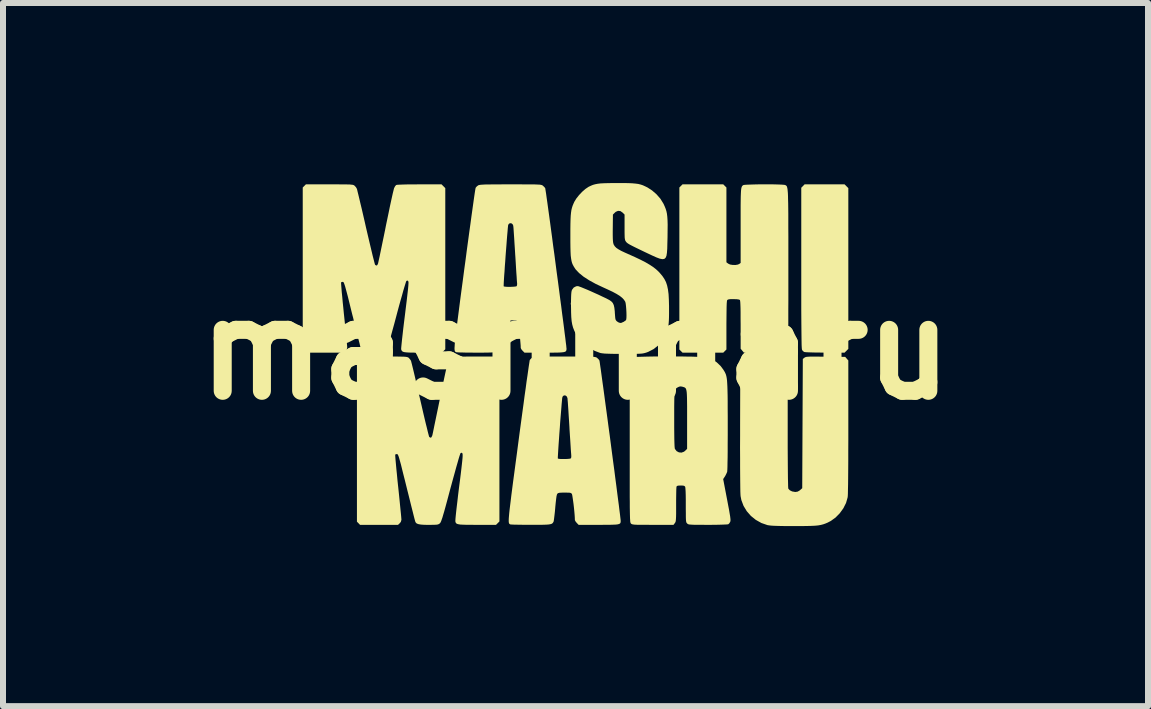
<source format=kicad_pcb>
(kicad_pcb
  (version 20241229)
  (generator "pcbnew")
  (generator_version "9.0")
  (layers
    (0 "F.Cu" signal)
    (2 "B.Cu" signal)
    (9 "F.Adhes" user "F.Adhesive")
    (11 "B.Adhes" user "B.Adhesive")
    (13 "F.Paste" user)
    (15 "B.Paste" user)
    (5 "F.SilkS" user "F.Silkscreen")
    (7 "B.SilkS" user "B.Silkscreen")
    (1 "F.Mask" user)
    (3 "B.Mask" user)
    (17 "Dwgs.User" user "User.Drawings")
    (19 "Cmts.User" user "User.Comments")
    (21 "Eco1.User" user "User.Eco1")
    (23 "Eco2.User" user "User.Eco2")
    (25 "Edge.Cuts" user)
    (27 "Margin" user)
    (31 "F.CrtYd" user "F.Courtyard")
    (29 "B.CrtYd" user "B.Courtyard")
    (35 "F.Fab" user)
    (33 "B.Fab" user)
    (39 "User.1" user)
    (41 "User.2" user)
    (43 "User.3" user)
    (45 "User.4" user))
  (footprint "mashimaru"
    (layer "F.Cu")
    (at 6.539 2.772)
    (property "Reference" "mashimaru" (at 0 0 0) (layer "F.SilkS") (effects (font (size 1.524 1.524) (thickness 0.3))))
    (attr board_only exclude_from_pos_files exclude_from_bom)
    (fp_poly (pts (xy 4.545 -2.688) (xy 4.545 -0.009) (xy 4.482 0.054) (xy 4.156 0.053) (xy 4.058 0.052) (xy 3.974 0.051) (xy 3.905 0.049) (xy 3.853 0.047) (xy 3.82 0.044) (xy 3.807 0.041) (xy 3.785 0.023) (xy 3.773 0.004) (xy 3.771 -0.008) (xy 3.769 -0.033) (xy 3.767 -0.074) (xy 3.766 -0.13) (xy 3.765 -0.202) (xy 3.764 -0.291) (xy 3.763 -0.398) (xy 3.762 -0.522) (xy 3.761 -0.665) (xy 3.761 -0.827) (xy 3.761 -1.009) (xy 3.761 -1.212) (xy 3.761 -1.358) (xy 3.761 -2.694) (xy 3.789 -2.722) (xy 3.817 -2.751) (xy 4.482 -2.751)) (stroke (width 0) (type solid)) (fill yes) (layer "F.SilkS"))
    (fp_poly (pts (xy 3.232 0.119) (xy 3.317 0.12) (xy 3.383 0.121) (xy 3.431 0.124) (xy 3.462 0.127) (xy 3.476 0.131) (xy 3.486 0.135) (xy 3.494 0.139) (xy 3.502 0.144) (xy 3.508 0.152) (xy 3.514 0.163) (xy 3.518 0.18) (xy 3.522 0.202) (xy 3.526 0.232) (xy 3.528 0.27) (xy 3.53 0.319) (xy 3.532 0.379) (xy 3.533 0.451) (xy 3.534 0.537) (xy 3.535 0.638) (xy 3.535 0.755) (xy 3.535 0.889) (xy 3.535 1.042) (xy 3.535 1.216) (xy 3.535 1.252) (xy 3.535 1.455) (xy 3.535 1.637) (xy 3.536 1.798) (xy 3.537 1.937) (xy 3.538 2.055) (xy 3.539 2.151) (xy 3.541 2.226) (xy 3.542 2.279) (xy 3.544 2.311) (xy 3.546 2.321) (xy 3.571 2.347) (xy 3.609 2.366) (xy 3.655 2.374) (xy 3.663 2.375) (xy 3.701 2.369) (xy 3.734 2.35) (xy 3.742 2.343) (xy 3.777 2.312) (xy 3.782 1.236) (xy 3.787 0.159) (xy 3.813 0.138) (xy 3.822 0.132) (xy 3.832 0.128) (xy 3.846 0.124) (xy 3.868 0.122) (xy 3.898 0.12) (xy 3.94 0.119) (xy 3.997 0.119) (xy 4.069 0.12) (xy 4.161 0.12) (xy 4.166 0.12) (xy 4.493 0.124) (xy 4.519 0.154) (xy 4.545 0.184) (xy 4.545 1.293) (xy 4.545 1.506) (xy 4.544 1.697) (xy 4.544 1.866) (xy 4.543 2.015) (xy 4.542 2.142) (xy 4.541 2.248) (xy 4.539 2.334) (xy 4.538 2.399) (xy 4.536 2.443) (xy 4.533 2.466) (xy 4.533 2.467) (xy 4.507 2.558) (xy 4.462 2.647) (xy 4.402 2.73) (xy 4.331 2.802) (xy 4.251 2.859) (xy 4.237 2.866) (xy 4.199 2.886) (xy 4.163 2.901) (xy 4.126 2.914) (xy 4.087 2.924) (xy 4.042 2.932) (xy 3.989 2.937) (xy 3.924 2.94) (xy 3.846 2.942) (xy 3.752 2.943) (xy 3.64 2.943) (xy 3.633 2.943) (xy 3.523 2.943) (xy 3.432 2.942) (xy 3.359 2.94) (xy 3.301 2.938) (xy 3.256 2.935) (xy 3.223 2.931) (xy 3.198 2.927) (xy 3.198 2.927) (xy 3.097 2.892) (xy 3.004 2.84) (xy 2.922 2.774) (xy 2.853 2.695) (xy 2.799 2.606) (xy 2.763 2.51) (xy 2.75 2.444) (xy 2.748 2.416) (xy 2.746 2.367) (xy 2.745 2.297) (xy 2.744 2.206) (xy 2.743 2.094) (xy 2.742 1.961) (xy 2.742 1.808) (xy 2.741 1.636) (xy 2.742 1.443) (xy 2.742 1.264) (xy 2.745 0.17) (xy 2.775 0.144) (xy 2.806 0.118) (xy 3.127 0.118)) (stroke (width 0) (type solid)) (fill yes) (layer "F.SilkS"))
    (fp_poly (pts (xy 3.246 -2.751) (xy 3.317 -2.75) (xy 3.38 -2.748) (xy 3.432 -2.746) (xy 3.471 -2.743) (xy 3.492 -2.74) (xy 3.494 -2.739) (xy 3.501 -2.735) (xy 3.508 -2.731) (xy 3.514 -2.725) (xy 3.52 -2.718) (xy 3.524 -2.706) (xy 3.528 -2.691) (xy 3.532 -2.669) (xy 3.535 -2.64) (xy 3.538 -2.604) (xy 3.54 -2.558) (xy 3.541 -2.502) (xy 3.543 -2.435) (xy 3.544 -2.355) (xy 3.545 -2.262) (xy 3.545 -2.154) (xy 3.545 -2.03) (xy 3.546 -1.889) (xy 3.546 -1.73) (xy 3.546 -1.552) (xy 3.546 -1.354) (xy 3.546 -1.348) (xy 3.546 -1.149) (xy 3.546 -0.971) (xy 3.546 -0.811) (xy 3.545 -0.67) (xy 3.545 -0.546) (xy 3.545 -0.437) (xy 3.544 -0.344) (xy 3.543 -0.264) (xy 3.541 -0.196) (xy 3.54 -0.14) (xy 3.538 -0.094) (xy 3.535 -0.057) (xy 3.532 -0.029) (xy 3.528 -0.007) (xy 3.524 0.009) (xy 3.52 0.021) (xy 3.514 0.028) (xy 3.508 0.034) (xy 3.501 0.038) (xy 3.494 0.042) (xy 3.494 0.042) (xy 3.475 0.046) (xy 3.436 0.049) (xy 3.376 0.051) (xy 3.296 0.053) (xy 3.196 0.054) (xy 3.139 0.054) (xy 2.806 0.054) (xy 2.751 -0.012) (xy 2.751 -0.412) (xy 2.75 -0.524) (xy 2.75 -0.616) (xy 2.749 -0.689) (xy 2.747 -0.744) (xy 2.745 -0.785) (xy 2.742 -0.811) (xy 2.739 -0.824) (xy 2.738 -0.825) (xy 2.719 -0.832) (xy 2.683 -0.837) (xy 2.631 -0.838) (xy 2.584 -0.838) (xy 2.555 -0.835) (xy 2.538 -0.83) (xy 2.528 -0.822) (xy 2.525 -0.817) (xy 2.522 -0.8) (xy 2.519 -0.763) (xy 2.517 -0.706) (xy 2.516 -0.63) (xy 2.515 -0.536) (xy 2.514 -0.425) (xy 2.514 -0.398) (xy 2.514 0.001) (xy 2.461 0.054) (xy 1.783 0.054) (xy 1.73 0.001) (xy 1.73 -2.698) (xy 1.783 -2.751) (xy 2.461 -2.751) (xy 2.514 -2.698) (xy 2.514 -1.452) (xy 2.543 -1.43) (xy 2.574 -1.415) (xy 2.617 -1.408) (xy 2.664 -1.407) (xy 2.705 -1.414) (xy 2.727 -1.424) (xy 2.751 -1.441) (xy 2.751 -2.059) (xy 2.751 -2.193) (xy 2.751 -2.307) (xy 2.751 -2.403) (xy 2.752 -2.482) (xy 2.753 -2.547) (xy 2.755 -2.599) (xy 2.757 -2.639) (xy 2.76 -2.67) (xy 2.764 -2.692) (xy 2.769 -2.708) (xy 2.775 -2.72) (xy 2.782 -2.728) (xy 2.791 -2.736) (xy 2.793 -2.737) (xy 2.808 -2.741) (xy 2.842 -2.744) (xy 2.89 -2.746) (xy 2.951 -2.748) (xy 3.02 -2.75) (xy 3.094 -2.751) (xy 3.17 -2.751)) (stroke (width 0) (type solid)) (fill yes) (layer "F.SilkS"))
    (fp_poly (pts (xy -3.999 -2.751) (xy -3.916 -2.75) (xy -3.85 -2.75) (xy -3.799 -2.749) (xy -3.761 -2.748) (xy -3.733 -2.745) (xy -3.713 -2.743) (xy -3.7 -2.739) (xy -3.69 -2.735) (xy -3.683 -2.729) (xy -3.659 -2.704) (xy -3.644 -2.678) (xy -3.639 -2.663) (xy -3.631 -2.628) (xy -3.618 -2.576) (xy -3.602 -2.509) (xy -3.583 -2.429) (xy -3.561 -2.338) (xy -3.538 -2.238) (xy -3.513 -2.13) (xy -3.492 -2.036) (xy -3.466 -1.925) (xy -3.441 -1.819) (xy -3.418 -1.722) (xy -3.397 -1.634) (xy -3.379 -1.558) (xy -3.363 -1.496) (xy -3.351 -1.449) (xy -3.343 -1.42) (xy -3.34 -1.411) (xy -3.32 -1.397) (xy -3.303 -1.405) (xy -3.29 -1.432) (xy -3.289 -1.437) (xy -3.285 -1.455) (xy -3.277 -1.492) (xy -3.265 -1.546) (xy -3.251 -1.614) (xy -3.234 -1.696) (xy -3.215 -1.788) (xy -3.194 -1.889) (xy -3.172 -1.996) (xy -3.159 -2.063) (xy -3.136 -2.173) (xy -3.114 -2.278) (xy -3.094 -2.376) (xy -3.075 -2.464) (xy -3.058 -2.541) (xy -3.044 -2.604) (xy -3.032 -2.652) (xy -3.025 -2.681) (xy -3.022 -2.689) (xy -3.007 -2.718) (xy -2.99 -2.738) (xy -2.986 -2.74) (xy -2.971 -2.743) (xy -2.936 -2.745) (xy -2.885 -2.747) (xy -2.82 -2.749) (xy -2.743 -2.75) (xy -2.656 -2.75) (xy -2.6 -2.751) (xy -2.233 -2.751) (xy -2.17 -2.688) (xy -2.17 -0.003) (xy -2.227 0.054) (xy -2.54 0.054) (xy -2.636 0.054) (xy -2.713 0.053) (xy -2.773 0.052) (xy -2.818 0.049) (xy -2.851 0.045) (xy -2.873 0.039) (xy -2.888 0.03) (xy -2.897 0.019) (xy -2.903 0.005) (xy -2.905 -0.003) (xy -2.905 -0.018) (xy -2.902 -0.053) (xy -2.897 -0.104) (xy -2.89 -0.171) (xy -2.881 -0.25) (xy -2.871 -0.34) (xy -2.859 -0.439) (xy -2.846 -0.544) (xy -2.842 -0.575) (xy -2.827 -0.699) (xy -2.814 -0.803) (xy -2.804 -0.89) (xy -2.796 -0.96) (xy -2.79 -1.015) (xy -2.786 -1.058) (xy -2.784 -1.09) (xy -2.783 -1.112) (xy -2.784 -1.127) (xy -2.787 -1.135) (xy -2.789 -1.139) (xy -2.803 -1.149) (xy -2.816 -1.142) (xy -2.819 -1.139) (xy -2.825 -1.125) (xy -2.835 -1.093) (xy -2.85 -1.045) (xy -2.869 -0.981) (xy -2.89 -0.904) (xy -2.915 -0.817) (xy -2.942 -0.72) (xy -2.97 -0.616) (xy -2.985 -0.559) (xy -3.018 -0.435) (xy -3.047 -0.33) (xy -3.071 -0.242) (xy -3.091 -0.17) (xy -3.107 -0.113) (xy -3.121 -0.068) (xy -3.132 -0.033) (xy -3.142 -0.008) (xy -3.15 0.009) (xy -3.157 0.021) (xy -3.163 0.029) (xy -3.164 0.03) (xy -3.177 0.039) (xy -3.19 0.046) (xy -3.21 0.05) (xy -3.238 0.052) (xy -3.28 0.053) (xy -3.339 0.054) (xy -3.348 0.054) (xy -3.423 0.053) (xy -3.479 0.049) (xy -3.519 0.043) (xy -3.546 0.032) (xy -3.564 0.017) (xy -3.574 -0.003) (xy -3.578 -0.017) (xy -3.587 -0.051) (xy -3.599 -0.102) (xy -3.616 -0.167) (xy -3.635 -0.245) (xy -3.658 -0.333) (xy -3.682 -0.43) (xy -3.707 -0.534) (xy -3.718 -0.575) (xy -3.748 -0.696) (xy -3.773 -0.798) (xy -3.794 -0.883) (xy -3.812 -0.951) (xy -3.827 -1.006) (xy -3.838 -1.047) (xy -3.848 -1.078) (xy -3.856 -1.1) (xy -3.862 -1.114) (xy -3.868 -1.122) (xy -3.874 -1.125) (xy -3.877 -1.126) (xy -3.898 -1.123) (xy -3.906 -1.115) (xy -3.906 -1.101) (xy -3.904 -1.069) (xy -3.9 -1.019) (xy -3.895 -0.954) (xy -3.887 -0.877) (xy -3.879 -0.788) (xy -3.869 -0.691) (xy -3.859 -0.588) (xy -3.858 -0.58) (xy -3.847 -0.476) (xy -3.837 -0.377) (xy -3.828 -0.287) (xy -3.82 -0.206) (xy -3.813 -0.138) (xy -3.808 -0.085) (xy -3.805 -0.048) (xy -3.804 -0.03) (xy -3.804 -0.03) (xy -3.814 0.005) (xy -3.832 0.027) (xy -3.86 0.054) (xy -4.492 0.054) (xy -4.519 0.027) (xy -4.545 0.001) (xy -4.545 -2.698) (xy -4.519 -2.724) (xy -4.492 -2.751) (xy -4.101 -2.751)) (stroke (width 0) (type solid)) (fill yes) (layer "F.SilkS"))
    (fp_poly (pts (xy -3.096 0.118) (xy -3.013 0.118) (xy -2.947 0.119) (xy -2.896 0.12) (xy -2.858 0.121) (xy -2.83 0.123) (xy -2.811 0.126) (xy -2.797 0.13) (xy -2.788 0.134) (xy -2.78 0.139) (xy -2.757 0.165) (xy -2.741 0.19) (xy -2.737 0.206) (xy -2.728 0.241) (xy -2.715 0.293) (xy -2.699 0.359) (xy -2.68 0.439) (xy -2.659 0.531) (xy -2.635 0.631) (xy -2.611 0.739) (xy -2.589 0.832) (xy -2.563 0.944) (xy -2.539 1.049) (xy -2.516 1.147) (xy -2.495 1.235) (xy -2.476 1.31) (xy -2.461 1.373) (xy -2.449 1.419) (xy -2.441 1.449) (xy -2.437 1.458) (xy -2.418 1.471) (xy -2.401 1.464) (xy -2.388 1.436) (xy -2.386 1.432) (xy -2.382 1.414) (xy -2.374 1.377) (xy -2.363 1.323) (xy -2.349 1.254) (xy -2.332 1.173) (xy -2.313 1.081) (xy -2.292 0.98) (xy -2.27 0.872) (xy -2.256 0.806) (xy -2.234 0.695) (xy -2.212 0.59) (xy -2.191 0.493) (xy -2.172 0.404) (xy -2.155 0.328) (xy -2.141 0.265) (xy -2.13 0.217) (xy -2.122 0.188) (xy -2.12 0.179) (xy -2.104 0.151) (xy -2.087 0.131) (xy -2.083 0.128) (xy -2.068 0.126) (xy -2.034 0.124) (xy -1.983 0.122) (xy -1.917 0.12) (xy -1.84 0.119) (xy -1.753 0.118) (xy -1.698 0.118) (xy -1.331 0.118) (xy -1.268 0.181) (xy -1.268 2.866) (xy -1.296 2.894) (xy -1.325 2.923) (xy -1.638 2.923) (xy -1.734 2.922) (xy -1.811 2.922) (xy -1.87 2.92) (xy -1.916 2.918) (xy -1.948 2.913) (xy -1.971 2.907) (xy -1.986 2.899) (xy -1.995 2.888) (xy -2 2.874) (xy -2.002 2.866) (xy -2.002 2.85) (xy -2 2.816) (xy -1.995 2.764) (xy -1.988 2.698) (xy -1.979 2.619) (xy -1.968 2.528) (xy -1.957 2.43) (xy -1.944 2.324) (xy -1.94 2.293) (xy -1.924 2.17) (xy -1.911 2.065) (xy -1.901 1.979) (xy -1.893 1.909) (xy -1.887 1.853) (xy -1.883 1.811) (xy -1.881 1.779) (xy -1.881 1.757) (xy -1.882 1.742) (xy -1.884 1.733) (xy -1.886 1.73) (xy -1.901 1.72) (xy -1.914 1.727) (xy -1.917 1.73) (xy -1.922 1.743) (xy -1.933 1.775) (xy -1.948 1.824) (xy -1.966 1.888) (xy -1.988 1.964) (xy -2.012 2.052) (xy -2.039 2.149) (xy -2.067 2.252) (xy -2.083 2.31) (xy -2.116 2.434) (xy -2.144 2.539) (xy -2.168 2.627) (xy -2.188 2.699) (xy -2.205 2.756) (xy -2.218 2.801) (xy -2.23 2.835) (xy -2.239 2.861) (xy -2.247 2.878) (xy -2.254 2.89) (xy -2.261 2.898) (xy -2.262 2.898) (xy -2.274 2.908) (xy -2.288 2.914) (xy -2.307 2.919) (xy -2.336 2.921) (xy -2.378 2.922) (xy -2.436 2.923) (xy -2.446 2.923) (xy -2.52 2.922) (xy -2.576 2.918) (xy -2.616 2.911) (xy -2.644 2.901) (xy -2.661 2.886) (xy -2.671 2.866) (xy -2.675 2.851) (xy -2.684 2.818) (xy -2.697 2.767) (xy -2.713 2.702) (xy -2.733 2.624) (xy -2.755 2.535) (xy -2.779 2.438) (xy -2.805 2.335) (xy -2.815 2.294) (xy -2.845 2.173) (xy -2.871 2.071) (xy -2.892 1.986) (xy -2.909 1.917) (xy -2.924 1.863) (xy -2.936 1.821) (xy -2.945 1.79) (xy -2.953 1.769) (xy -2.96 1.755) (xy -2.966 1.747) (xy -2.971 1.743) (xy -2.974 1.743) (xy -2.995 1.746) (xy -3.004 1.754) (xy -3.004 1.768) (xy -3.002 1.8) (xy -2.998 1.85) (xy -2.992 1.915) (xy -2.985 1.992) (xy -2.976 2.08) (xy -2.967 2.177) (xy -2.956 2.281) (xy -2.955 2.288) (xy -2.944 2.393) (xy -2.934 2.491) (xy -2.925 2.582) (xy -2.917 2.663) (xy -2.91 2.731) (xy -2.905 2.784) (xy -2.902 2.821) (xy -2.901 2.838) (xy -2.901 2.839) (xy -2.911 2.874) (xy -2.929 2.896) (xy -2.958 2.923) (xy -3.59 2.923) (xy -3.616 2.896) (xy -3.642 2.87) (xy -3.642 0.171) (xy -3.59 0.118) (xy -3.198 0.118)) (stroke (width 0) (type solid)) (fill yes) (layer "F.SilkS"))
    (fp_poly (pts (xy 1.662 0.117) (xy 1.762 0.117) (xy 1.857 0.119) (xy 1.944 0.12) (xy 2.022 0.123) (xy 2.088 0.125) (xy 2.14 0.129) (xy 2.175 0.132) (xy 2.185 0.134) (xy 2.275 0.167) (xy 2.352 0.214) (xy 2.418 0.277) (xy 2.462 0.336) (xy 2.475 0.357) (xy 2.487 0.377) (xy 2.497 0.398) (xy 2.506 0.42) (xy 2.513 0.446) (xy 2.519 0.477) (xy 2.524 0.516) (xy 2.527 0.562) (xy 2.53 0.619) (xy 2.532 0.687) (xy 2.534 0.769) (xy 2.535 0.865) (xy 2.535 0.978) (xy 2.536 1.109) (xy 2.536 1.26) (xy 2.536 1.274) (xy 2.536 1.432) (xy 2.535 1.574) (xy 2.535 1.698) (xy 2.534 1.804) (xy 2.532 1.892) (xy 2.531 1.96) (xy 2.529 2.008) (xy 2.527 2.035) (xy 2.526 2.041) (xy 2.512 2.073) (xy 2.493 2.11) (xy 2.487 2.119) (xy 2.46 2.16) (xy 2.525 2.5) (xy 2.543 2.596) (xy 2.558 2.674) (xy 2.568 2.734) (xy 2.576 2.781) (xy 2.58 2.815) (xy 2.582 2.84) (xy 2.581 2.857) (xy 2.578 2.869) (xy 2.578 2.871) (xy 2.562 2.897) (xy 2.546 2.912) (xy 2.53 2.915) (xy 2.495 2.917) (xy 2.444 2.919) (xy 2.378 2.921) (xy 2.301 2.922) (xy 2.214 2.923) (xy 2.205 2.923) (xy 2.114 2.922) (xy 2.041 2.922) (xy 1.985 2.922) (xy 1.943 2.92) (xy 1.913 2.918) (xy 1.892 2.916) (xy 1.878 2.912) (xy 1.869 2.907) (xy 1.861 2.901) (xy 1.861 2.901) (xy 1.854 2.893) (xy 1.848 2.885) (xy 1.844 2.872) (xy 1.841 2.853) (xy 1.839 2.825) (xy 1.838 2.785) (xy 1.838 2.73) (xy 1.837 2.659) (xy 1.837 2.594) (xy 1.837 2.502) (xy 1.836 2.425) (xy 1.834 2.363) (xy 1.831 2.318) (xy 1.828 2.292) (xy 1.826 2.288) (xy 1.816 2.276) (xy 1.796 2.269) (xy 1.763 2.267) (xy 1.752 2.267) (xy 1.713 2.269) (xy 1.692 2.274) (xy 1.683 2.284) (xy 1.681 2.299) (xy 1.679 2.332) (xy 1.678 2.381) (xy 1.677 2.443) (xy 1.676 2.513) (xy 1.676 2.583) (xy 1.676 2.669) (xy 1.676 2.736) (xy 1.675 2.786) (xy 1.673 2.823) (xy 1.671 2.849) (xy 1.668 2.867) (xy 1.663 2.88) (xy 1.657 2.89) (xy 1.654 2.894) (xy 1.632 2.923) (xy 1.289 2.923) (xy 1.194 2.922) (xy 1.118 2.922) (xy 1.059 2.922) (xy 1.014 2.921) (xy 0.981 2.919) (xy 0.959 2.916) (xy 0.944 2.913) (xy 0.934 2.909) (xy 0.926 2.903) (xy 0.924 2.901) (xy 0.921 2.898) (xy 0.918 2.893) (xy 0.916 2.887) (xy 0.913 2.877) (xy 0.911 2.863) (xy 0.91 2.843) (xy 0.908 2.817) (xy 0.907 2.783) (xy 0.906 2.74) (xy 0.905 2.687) (xy 0.904 2.623) (xy 0.904 2.547) (xy 0.903 2.458) (xy 0.903 2.354) (xy 0.903 2.234) (xy 0.903 2.098) (xy 0.903 1.945) (xy 0.903 1.772) (xy 0.903 1.579) (xy 0.903 1.516) (xy 0.903 1.171) (xy 1.644 1.171) (xy 1.644 1.3) (xy 1.645 1.408) (xy 1.646 1.496) (xy 1.648 1.564) (xy 1.65 1.614) (xy 1.653 1.645) (xy 1.656 1.658) (xy 1.685 1.695) (xy 1.723 1.715) (xy 1.766 1.719) (xy 1.807 1.704) (xy 1.827 1.688) (xy 1.859 1.656) (xy 1.859 1.169) (xy 1.859 1.049) (xy 1.859 0.949) (xy 1.858 0.867) (xy 1.857 0.801) (xy 1.855 0.749) (xy 1.852 0.709) (xy 1.847 0.68) (xy 1.841 0.659) (xy 1.833 0.645) (xy 1.822 0.636) (xy 1.81 0.63) (xy 1.794 0.625) (xy 1.785 0.622) (xy 1.753 0.616) (xy 1.727 0.62) (xy 1.71 0.628) (xy 1.695 0.636) (xy 1.682 0.644) (xy 1.672 0.655) (xy 1.663 0.671) (xy 1.657 0.692) (xy 1.652 0.722) (xy 1.649 0.761) (xy 1.646 0.813) (xy 1.645 0.878) (xy 1.644 0.959) (xy 1.644 1.058) (xy 1.644 1.171) (xy 0.903 1.171) (xy 0.903 0.152) (xy 0.926 0.135) (xy 0.943 0.131) (xy 0.978 0.127) (xy 1.03 0.124) (xy 1.097 0.122) (xy 1.175 0.12) (xy 1.263 0.118) (xy 1.358 0.117) (xy 1.458 0.116) (xy 1.56 0.116)) (stroke (width 0) (type solid)) (fill yes) (layer "F.SilkS"))
    (fp_poly (pts (xy -0.964 -2.751) (xy -0.866 -2.75) (xy -0.786 -2.75) (xy -0.721 -2.75) (xy -0.67 -2.749) (xy -0.631 -2.747) (xy -0.602 -2.746) (xy -0.581 -2.743) (xy -0.567 -2.74) (xy -0.556 -2.736) (xy -0.549 -2.732) (xy -0.544 -2.728) (xy -0.521 -2.707) (xy -0.505 -2.687) (xy -0.503 -2.674) (xy -0.498 -2.642) (xy -0.49 -2.592) (xy -0.481 -2.525) (xy -0.469 -2.442) (xy -0.456 -2.347) (xy -0.441 -2.239) (xy -0.425 -2.122) (xy -0.408 -1.995) (xy -0.39 -1.862) (xy -0.372 -1.722) (xy -0.352 -1.579) (xy -0.333 -1.433) (xy -0.314 -1.287) (xy -0.294 -1.141) (xy -0.275 -0.997) (xy -0.257 -0.857) (xy -0.239 -0.723) (xy -0.223 -0.595) (xy -0.207 -0.476) (xy -0.193 -0.367) (xy -0.181 -0.27) (xy -0.17 -0.186) (xy -0.162 -0.117) (xy -0.155 -0.064) (xy -0.152 -0.029) (xy -0.15 -0.015) (xy -0.151 0.004) (xy -0.154 0.018) (xy -0.161 0.03) (xy -0.175 0.039) (xy -0.197 0.045) (xy -0.231 0.049) (xy -0.277 0.052) (xy -0.338 0.053) (xy -0.417 0.054) (xy -0.515 0.054) (xy -0.85 0.054) (xy -0.882 0.022) (xy -0.902 -0.002) (xy -0.913 -0.024) (xy -0.913 -0.029) (xy -0.914 -0.064) (xy -0.918 -0.112) (xy -0.923 -0.169) (xy -0.929 -0.23) (xy -0.936 -0.291) (xy -0.943 -0.349) (xy -0.95 -0.398) (xy -0.957 -0.436) (xy -0.962 -0.457) (xy -0.963 -0.459) (xy -0.972 -0.47) (xy -0.984 -0.478) (xy -1.003 -0.481) (xy -1.036 -0.483) (xy -1.084 -0.484) (xy -1.135 -0.483) (xy -1.169 -0.48) (xy -1.19 -0.476) (xy -1.203 -0.468) (xy -1.206 -0.465) (xy -1.212 -0.45) (xy -1.219 -0.422) (xy -1.226 -0.378) (xy -1.233 -0.316) (xy -1.24 -0.235) (xy -1.241 -0.231) (xy -1.247 -0.164) (xy -1.253 -0.104) (xy -1.259 -0.054) (xy -1.265 -0.018) (xy -1.269 0.001) (xy -1.269 0.002) (xy -1.277 0.016) (xy -1.287 0.027) (xy -1.3 0.036) (xy -1.319 0.043) (xy -1.347 0.047) (xy -1.385 0.05) (xy -1.436 0.052) (xy -1.502 0.053) (xy -1.586 0.054) (xy -1.654 0.054) (xy -1.736 0.053) (xy -1.812 0.053) (xy -1.878 0.051) (xy -1.931 0.05) (xy -1.97 0.048) (xy -1.99 0.046) (xy -1.993 0.045) (xy -1.999 0.041) (xy -2.004 0.037) (xy -2.008 0.031) (xy -2.012 0.023) (xy -2.014 0.012) (xy -2.016 -0.005) (xy -2.016 -0.026) (xy -2.014 -0.055) (xy -2.012 -0.092) (xy -2.007 -0.138) (xy -2.001 -0.194) (xy -1.994 -0.261) (xy -1.984 -0.341) (xy -1.972 -0.434) (xy -1.958 -0.542) (xy -1.942 -0.666) (xy -1.924 -0.806) (xy -1.903 -0.965) (xy -1.891 -1.054) (xy -1.198 -1.054) (xy -1.197 -1.052) (xy -1.184 -1.047) (xy -1.155 -1.044) (xy -1.116 -1.042) (xy -1.074 -1.043) (xy -1.034 -1.045) (xy -1.001 -1.048) (xy -0.982 -1.053) (xy -0.981 -1.054) (xy -0.974 -1.073) (xy -0.973 -1.1) (xy -0.975 -1.118) (xy -0.978 -1.154) (xy -0.981 -1.208) (xy -0.986 -1.275) (xy -0.991 -1.354) (xy -0.996 -1.442) (xy -1.002 -1.537) (xy -1.005 -1.579) (xy -1.011 -1.677) (xy -1.017 -1.768) (xy -1.022 -1.851) (xy -1.027 -1.924) (xy -1.031 -1.984) (xy -1.034 -2.028) (xy -1.037 -2.054) (xy -1.037 -2.06) (xy -1.049 -2.087) (xy -1.07 -2.102) (xy -1.094 -2.103) (xy -1.114 -2.089) (xy -1.123 -2.07) (xy -1.125 -2.051) (xy -1.129 -2.015) (xy -1.133 -1.963) (xy -1.139 -1.898) (xy -1.145 -1.823) (xy -1.151 -1.741) (xy -1.158 -1.653) (xy -1.165 -1.562) (xy -1.171 -1.472) (xy -1.178 -1.384) (xy -1.183 -1.301) (xy -1.189 -1.226) (xy -1.193 -1.161) (xy -1.196 -1.109) (xy -1.197 -1.072) (xy -1.198 -1.054) (xy -1.891 -1.054) (xy -1.879 -1.143) (xy -1.854 -1.334) (xy -1.831 -1.501) (xy -1.81 -1.663) (xy -1.789 -1.817) (xy -1.769 -1.964) (xy -1.75 -2.1) (xy -1.733 -2.226) (xy -1.717 -2.34) (xy -1.703 -2.44) (xy -1.691 -2.525) (xy -1.681 -2.594) (xy -1.673 -2.646) (xy -1.667 -2.679) (xy -1.665 -2.692) (xy -1.647 -2.714) (xy -1.623 -2.733) (xy -1.614 -2.737) (xy -1.602 -2.74) (xy -1.584 -2.743) (xy -1.559 -2.745) (xy -1.525 -2.747) (xy -1.481 -2.749) (xy -1.423 -2.749) (xy -1.35 -2.75) (xy -1.261 -2.75) (xy -1.154 -2.751) (xy -1.082 -2.751)) (stroke (width 0) (type solid)) (fill yes) (layer "F.SilkS"))
    (fp_poly (pts (xy -0.062 0.118) (xy 0.036 0.118) (xy 0.117 0.119) (xy 0.182 0.119) (xy 0.233 0.12) (xy 0.272 0.121) (xy 0.301 0.123) (xy 0.321 0.126) (xy 0.336 0.129) (xy 0.346 0.132) (xy 0.354 0.137) (xy 0.359 0.141) (xy 0.382 0.162) (xy 0.397 0.182) (xy 0.4 0.194) (xy 0.405 0.227) (xy 0.412 0.277) (xy 0.422 0.344) (xy 0.433 0.426) (xy 0.446 0.522) (xy 0.461 0.629) (xy 0.477 0.747) (xy 0.494 0.874) (xy 0.512 1.007) (xy 0.531 1.147) (xy 0.55 1.29) (xy 0.57 1.436) (xy 0.589 1.582) (xy 0.608 1.728) (xy 0.627 1.872) (xy 0.646 2.012) (xy 0.663 2.146) (xy 0.68 2.274) (xy 0.695 2.393) (xy 0.709 2.502) (xy 0.722 2.599) (xy 0.732 2.683) (xy 0.741 2.752) (xy 0.747 2.805) (xy 0.751 2.839) (xy 0.752 2.854) (xy 0.752 2.872) (xy 0.749 2.887) (xy 0.742 2.899) (xy 0.728 2.907) (xy 0.705 2.914) (xy 0.672 2.918) (xy 0.625 2.92) (xy 0.564 2.922) (xy 0.486 2.922) (xy 0.388 2.923) (xy 0.052 2.923) (xy 0.021 2.891) (xy 0.001 2.867) (xy -0.01 2.845) (xy -0.011 2.84) (xy -0.012 2.805) (xy -0.015 2.757) (xy -0.02 2.7) (xy -0.026 2.639) (xy -0.033 2.578) (xy -0.041 2.52) (xy -0.048 2.471) (xy -0.054 2.433) (xy -0.059 2.412) (xy -0.06 2.409) (xy -0.069 2.398) (xy -0.081 2.391) (xy -0.101 2.387) (xy -0.133 2.386) (xy -0.181 2.385) (xy -0.232 2.386) (xy -0.266 2.388) (xy -0.287 2.393) (xy -0.3 2.401) (xy -0.303 2.404) (xy -0.31 2.418) (xy -0.317 2.447) (xy -0.323 2.491) (xy -0.33 2.552) (xy -0.338 2.634) (xy -0.338 2.638) (xy -0.344 2.704) (xy -0.351 2.765) (xy -0.357 2.815) (xy -0.362 2.851) (xy -0.366 2.87) (xy -0.367 2.871) (xy -0.375 2.885) (xy -0.384 2.896) (xy -0.397 2.905) (xy -0.417 2.911) (xy -0.444 2.916) (xy -0.482 2.919) (xy -0.533 2.921) (xy -0.6 2.922) (xy -0.684 2.922) (xy -0.752 2.922) (xy -0.834 2.922) (xy -0.909 2.921) (xy -0.975 2.92) (xy -1.028 2.919) (xy -1.067 2.917) (xy -1.088 2.915) (xy -1.091 2.914) (xy -1.096 2.91) (xy -1.102 2.906) (xy -1.106 2.9) (xy -1.109 2.892) (xy -1.112 2.88) (xy -1.113 2.864) (xy -1.113 2.842) (xy -1.112 2.814) (xy -1.109 2.777) (xy -1.105 2.731) (xy -1.099 2.675) (xy -1.091 2.608) (xy -1.081 2.528) (xy -1.07 2.435) (xy -1.056 2.327) (xy -1.04 2.203) (xy -1.021 2.062) (xy -1 1.904) (xy -0.988 1.815) (xy -0.295 1.815) (xy -0.295 1.817) (xy -0.282 1.822) (xy -0.253 1.825) (xy -0.214 1.826) (xy -0.171 1.826) (xy -0.131 1.824) (xy -0.099 1.821) (xy -0.08 1.816) (xy -0.078 1.815) (xy -0.071 1.796) (xy -0.071 1.769) (xy -0.072 1.751) (xy -0.075 1.714) (xy -0.079 1.661) (xy -0.083 1.594) (xy -0.088 1.515) (xy -0.094 1.426) (xy -0.1 1.331) (xy -0.102 1.289) (xy -0.108 1.192) (xy -0.114 1.101) (xy -0.119 1.018) (xy -0.124 0.945) (xy -0.128 0.885) (xy -0.132 0.841) (xy -0.134 0.814) (xy -0.135 0.809) (xy -0.147 0.782) (xy -0.168 0.767) (xy -0.192 0.766) (xy -0.211 0.779) (xy -0.22 0.799) (xy -0.223 0.817) (xy -0.226 0.854) (xy -0.231 0.906) (xy -0.236 0.97) (xy -0.242 1.045) (xy -0.249 1.128) (xy -0.256 1.216) (xy -0.262 1.307) (xy -0.269 1.397) (xy -0.275 1.485) (xy -0.281 1.568) (xy -0.286 1.643) (xy -0.29 1.708) (xy -0.293 1.76) (xy -0.295 1.796) (xy -0.295 1.815) (xy -0.988 1.815) (xy -0.976 1.726) (xy -0.951 1.535) (xy -0.929 1.368) (xy -0.907 1.206) (xy -0.886 1.051) (xy -0.866 0.905) (xy -0.848 0.768) (xy -0.83 0.643) (xy -0.815 0.529) (xy -0.8 0.429) (xy -0.788 0.344) (xy -0.778 0.274) (xy -0.77 0.223) (xy -0.765 0.189) (xy -0.762 0.176) (xy -0.744 0.155) (xy -0.72 0.136) (xy -0.711 0.132) (xy -0.699 0.128) (xy -0.681 0.126) (xy -0.657 0.123) (xy -0.623 0.122) (xy -0.578 0.12) (xy -0.52 0.119) (xy -0.448 0.119) (xy -0.359 0.118) (xy -0.251 0.118) (xy -0.18 0.118)) (stroke (width 0) (type solid)) (fill yes) (layer "F.SilkS"))
    (fp_poly (pts (xy 0.798 -2.772) (xy 0.88 -2.771) (xy 0.946 -2.768) (xy 1.001 -2.763) (xy 1.046 -2.757) (xy 1.086 -2.747) (xy 1.122 -2.735) (xy 1.159 -2.718) (xy 1.198 -2.699) (xy 1.275 -2.649) (xy 1.349 -2.585) (xy 1.413 -2.512) (xy 1.461 -2.435) (xy 1.465 -2.428) (xy 1.485 -2.385) (xy 1.501 -2.345) (xy 1.514 -2.304) (xy 1.523 -2.261) (xy 1.529 -2.211) (xy 1.533 -2.151) (xy 1.535 -2.08) (xy 1.534 -1.993) (xy 1.533 -1.888) (xy 1.533 -1.875) (xy 1.53 -1.767) (xy 1.528 -1.679) (xy 1.523 -1.611) (xy 1.515 -1.56) (xy 1.5 -1.526) (xy 1.478 -1.508) (xy 1.446 -1.504) (xy 1.402 -1.513) (xy 1.346 -1.534) (xy 1.275 -1.566) (xy 1.186 -1.608) (xy 1.148 -1.626) (xy 1.063 -1.667) (xy 0.995 -1.7) (xy 0.943 -1.726) (xy 0.903 -1.747) (xy 0.875 -1.764) (xy 0.856 -1.778) (xy 0.844 -1.791) (xy 0.841 -1.795) (xy 0.832 -1.808) (xy 0.826 -1.822) (xy 0.822 -1.84) (xy 0.819 -1.865) (xy 0.818 -1.902) (xy 0.817 -1.952) (xy 0.817 -2.02) (xy 0.817 -2.038) (xy 0.817 -2.247) (xy 0.785 -2.279) (xy 0.748 -2.305) (xy 0.709 -2.309) (xy 0.671 -2.293) (xy 0.655 -2.279) (xy 0.623 -2.247) (xy 0.621 -2.061) (xy 0.62 -1.974) (xy 0.62 -1.905) (xy 0.621 -1.853) (xy 0.623 -1.813) (xy 0.626 -1.784) (xy 0.631 -1.762) (xy 0.637 -1.745) (xy 0.64 -1.74) (xy 0.656 -1.716) (xy 0.68 -1.692) (xy 0.714 -1.669) (xy 0.762 -1.642) (xy 0.826 -1.612) (xy 0.871 -1.592) (xy 0.987 -1.54) (xy 1.084 -1.494) (xy 1.166 -1.452) (xy 1.234 -1.412) (xy 1.292 -1.374) (xy 1.341 -1.336) (xy 1.384 -1.296) (xy 1.407 -1.271) (xy 1.448 -1.222) (xy 1.481 -1.173) (xy 1.507 -1.122) (xy 1.526 -1.065) (xy 1.54 -0.999) (xy 1.55 -0.922) (xy 1.555 -0.831) (xy 1.558 -0.722) (xy 1.558 -0.681) (xy 1.558 -0.597) (xy 1.557 -0.531) (xy 1.555 -0.479) (xy 1.552 -0.438) (xy 1.548 -0.404) (xy 1.542 -0.373) (xy 1.537 -0.352) (xy 1.5 -0.244) (xy 1.448 -0.149) (xy 1.381 -0.069) (xy 1.301 -0.006) (xy 1.21 0.041) (xy 1.174 0.054) (xy 1.152 0.06) (xy 1.13 0.065) (xy 1.105 0.069) (xy 1.073 0.071) (xy 1.032 0.073) (xy 0.98 0.074) (xy 0.913 0.075) (xy 0.829 0.075) (xy 0.786 0.075) (xy 0.685 0.074) (xy 0.603 0.073) (xy 0.538 0.071) (xy 0.487 0.069) (xy 0.449 0.065) (xy 0.421 0.061) (xy 0.41 0.058) (xy 0.322 0.025) (xy 0.234 -0.024) (xy 0.152 -0.086) (xy 0.079 -0.157) (xy 0.021 -0.233) (xy 0.002 -0.265) (xy -0.022 -0.315) (xy -0.041 -0.364) (xy -0.055 -0.415) (xy -0.065 -0.472) (xy -0.071 -0.54) (xy -0.074 -0.621) (xy -0.075 -0.72) (xy -0.075 -0.728) (xy -0.075 -0.809) (xy -0.074 -0.871) (xy -0.072 -0.917) (xy -0.069 -0.951) (xy -0.065 -0.975) (xy -0.059 -0.992) (xy -0.059 -0.993) (xy -0.03 -1.031) (xy 0.01 -1.052) (xy 0.04 -1.055) (xy 0.057 -1.05) (xy 0.091 -1.038) (xy 0.137 -1.019) (xy 0.193 -0.996) (xy 0.255 -0.969) (xy 0.319 -0.94) (xy 0.384 -0.911) (xy 0.444 -0.882) (xy 0.498 -0.857) (xy 0.541 -0.835) (xy 0.567 -0.821) (xy 0.598 -0.799) (xy 0.621 -0.773) (xy 0.637 -0.739) (xy 0.647 -0.694) (xy 0.654 -0.632) (xy 0.655 -0.608) (xy 0.659 -0.556) (xy 0.662 -0.521) (xy 0.667 -0.498) (xy 0.675 -0.483) (xy 0.687 -0.47) (xy 0.692 -0.466) (xy 0.719 -0.449) (xy 0.746 -0.441) (xy 0.748 -0.441) (xy 0.785 -0.448) (xy 0.819 -0.466) (xy 0.841 -0.491) (xy 0.845 -0.5) (xy 0.848 -0.528) (xy 0.849 -0.569) (xy 0.848 -0.619) (xy 0.845 -0.672) (xy 0.841 -0.722) (xy 0.836 -0.763) (xy 0.83 -0.79) (xy 0.828 -0.795) (xy 0.807 -0.828) (xy 0.777 -0.86) (xy 0.737 -0.892) (xy 0.684 -0.925) (xy 0.617 -0.961) (xy 0.532 -1.001) (xy 0.464 -1.032) (xy 0.338 -1.091) (xy 0.227 -1.152) (xy 0.134 -1.212) (xy 0.059 -1.273) (xy 0.004 -1.331) (xy -0.01 -1.351) (xy -0.029 -1.381) (xy -0.045 -1.41) (xy -0.058 -1.441) (xy -0.067 -1.475) (xy -0.074 -1.515) (xy -0.08 -1.564) (xy -0.083 -1.625) (xy -0.085 -1.7) (xy -0.086 -1.791) (xy -0.086 -1.895) (xy -0.086 -2.004) (xy -0.085 -2.094) (xy -0.083 -2.168) (xy -0.08 -2.229) (xy -0.075 -2.279) (xy -0.069 -2.321) (xy -0.06 -2.358) (xy -0.049 -2.393) (xy -0.035 -2.427) (xy -0.02 -2.46) (xy 0.013 -2.514) (xy 0.058 -2.571) (xy 0.111 -2.627) (xy 0.165 -2.674) (xy 0.217 -2.709) (xy 0.221 -2.711) (xy 0.257 -2.728) (xy 0.291 -2.742) (xy 0.327 -2.752) (xy 0.368 -2.76) (xy 0.416 -2.766) (xy 0.475 -2.769) (xy 0.548 -2.771) (xy 0.637 -2.772) (xy 0.698 -2.772)) (stroke (width 0) (type solid)) (fill yes) (layer "F.SilkS")))
  (gr_rect
    (start -3 -3)
    (end 16.077 8.715)
    (stroke (width 0.1) (type default))
    (fill no)
    (layer "Edge.Cuts")))
</source>
